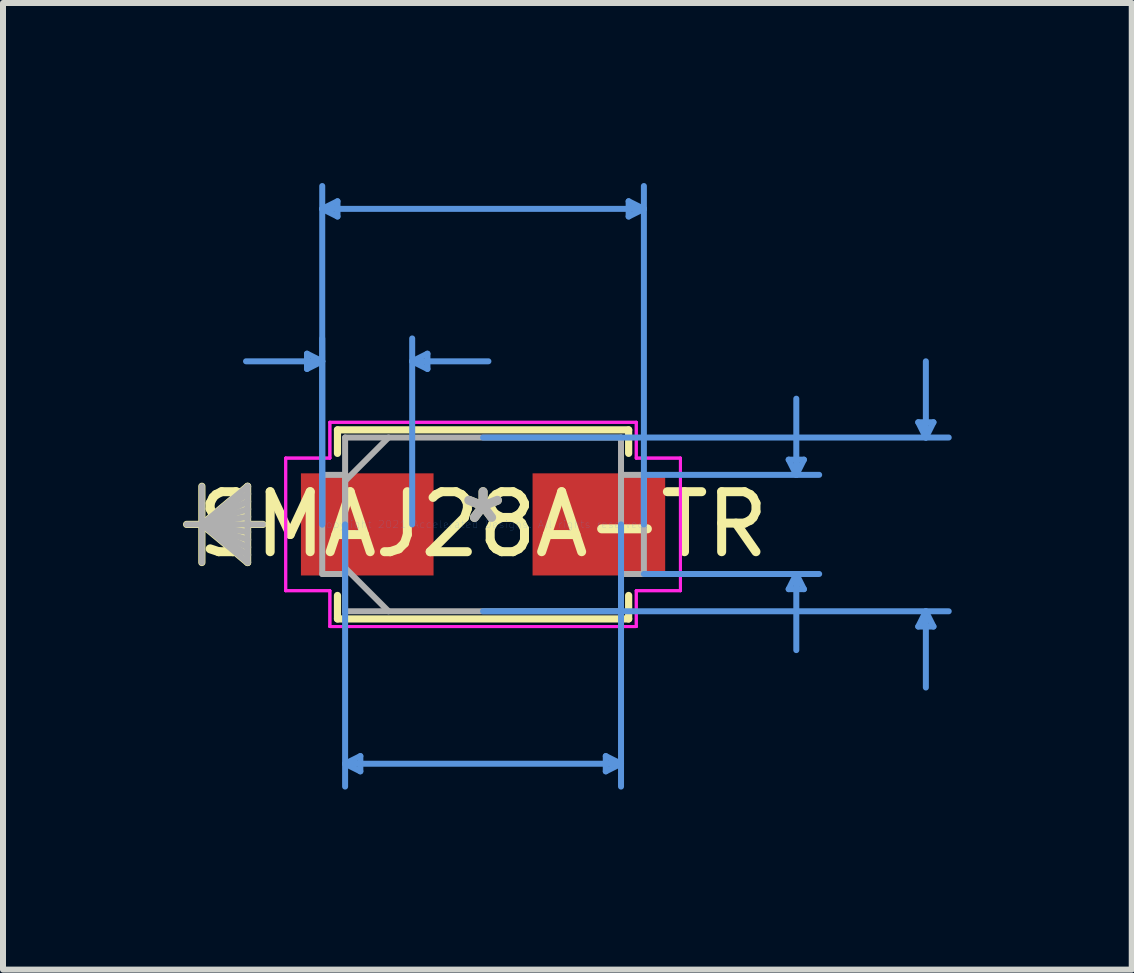
<source format=kicad_pcb>
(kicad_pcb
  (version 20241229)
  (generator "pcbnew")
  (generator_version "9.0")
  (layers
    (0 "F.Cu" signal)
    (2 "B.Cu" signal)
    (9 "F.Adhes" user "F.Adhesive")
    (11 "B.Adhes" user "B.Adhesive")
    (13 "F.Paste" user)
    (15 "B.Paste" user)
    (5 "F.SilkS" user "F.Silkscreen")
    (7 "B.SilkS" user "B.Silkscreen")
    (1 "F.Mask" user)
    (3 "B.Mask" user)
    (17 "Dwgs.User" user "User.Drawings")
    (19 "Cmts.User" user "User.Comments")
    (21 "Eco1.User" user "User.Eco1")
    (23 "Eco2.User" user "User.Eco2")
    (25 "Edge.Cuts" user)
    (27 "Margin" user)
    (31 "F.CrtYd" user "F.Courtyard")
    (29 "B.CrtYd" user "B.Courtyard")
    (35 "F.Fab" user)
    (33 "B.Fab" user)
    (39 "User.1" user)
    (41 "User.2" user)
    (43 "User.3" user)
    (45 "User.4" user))
  (footprint "SMAJ28A-TR"
    (layer "F.Cu")
    (at 5 5.689)
    (property "Reference" "SMAJ28A-TR" (at 0 0 0) (layer "F.SilkS") (effects (font (size 1 1) (thickness 0.15))))
    (attr through_hole)
    (fp_line (start -4.686 -0.635) (end -4.686 0.635) (stroke (width 0.12) (type solid)) (layer "F.SilkS"))
    (fp_line (start -4.686 0) (end -3.924 -0.635) (stroke (width 0.12) (type solid)) (layer "F.SilkS"))
    (fp_line (start -4.686 0) (end -3.924 -0.508) (stroke (width 0.12) (type solid)) (layer "F.SilkS"))
    (fp_line (start -4.686 0) (end -3.924 -0.381) (stroke (width 0.12) (type solid)) (layer "F.SilkS"))
    (fp_line (start -4.686 0) (end -3.924 -0.254) (stroke (width 0.12) (type solid)) (layer "F.SilkS"))
    (fp_line (start -4.686 0) (end -3.924 -0.127) (stroke (width 0.12) (type solid)) (layer "F.SilkS"))
    (fp_line (start -4.686 0) (end -3.924 0.127) (stroke (width 0.12) (type solid)) (layer "F.SilkS"))
    (fp_line (start -4.686 0) (end -3.924 0.254) (stroke (width 0.12) (type solid)) (layer "F.SilkS"))
    (fp_line (start -4.686 0) (end -3.924 0.381) (stroke (width 0.12) (type solid)) (layer "F.SilkS"))
    (fp_line (start -4.686 0) (end -3.924 0.508) (stroke (width 0.12) (type solid)) (layer "F.SilkS"))
    (fp_line (start -4.686 0) (end -3.924 0.635) (stroke (width 0.12) (type solid)) (layer "F.SilkS"))
    (fp_line (start -3.924 -0.635) (end -3.924 0.635) (stroke (width 0.12) (type solid)) (layer "F.SilkS"))
    (fp_line (start -3.67 0) (end -4.94 0) (stroke (width 0.12) (type solid)) (layer "F.SilkS"))
    (fp_line (start -2.426 -1.575) (end -2.426 -1.184) (stroke (width 0.12) (type solid)) (layer "F.SilkS"))
    (fp_line (start -2.426 1.184) (end -2.426 1.575) (stroke (width 0.12) (type solid)) (layer "F.SilkS"))
    (fp_line (start -2.426 1.575) (end 2.426 1.575) (stroke (width 0.12) (type solid)) (layer "F.SilkS"))
    (fp_line (start 2.426 -1.575) (end -2.426 -1.575) (stroke (width 0.12) (type solid)) (layer "F.SilkS"))
    (fp_line (start 2.426 -1.184) (end 2.426 -1.575) (stroke (width 0.12) (type solid)) (layer "F.SilkS"))
    (fp_line (start 2.426 1.575) (end 2.426 1.184) (stroke (width 0.12) (type solid)) (layer "F.SilkS"))
    (fp_line (start -2.934 -2.845) (end -2.934 -2.591) (stroke (width 0.1) (type solid)) (layer "Cmts.User"))
    (fp_line (start -2.68 -5.258) (end -2.426 -5.385) (stroke (width 0.1) (type solid)) (layer "Cmts.User"))
    (fp_line (start -2.68 -5.258) (end -2.426 -5.131) (stroke (width 0.1) (type solid)) (layer "Cmts.User"))
    (fp_line (start -2.68 -5.258) (end 2.68 -5.258) (stroke (width 0.1) (type solid)) (layer "Cmts.User"))
    (fp_line (start -2.68 -2.718) (end -3.95 -2.718) (stroke (width 0.1) (type solid)) (layer "Cmts.User"))
    (fp_line (start -2.68 -2.718) (end -2.934 -2.845) (stroke (width 0.1) (type solid)) (layer "Cmts.User"))
    (fp_line (start -2.68 -2.718) (end -2.934 -2.591) (stroke (width 0.1) (type solid)) (layer "Cmts.User"))
    (fp_line (start -2.68 0) (end -2.68 -5.639) (stroke (width 0.1) (type solid)) (layer "Cmts.User"))
    (fp_line (start -2.68 0) (end -2.68 -3.099) (stroke (width 0.1) (type solid)) (layer "Cmts.User"))
    (fp_line (start -2.426 -5.385) (end -2.426 -5.131) (stroke (width 0.1) (type solid)) (layer "Cmts.User"))
    (fp_line (start -2.299 0) (end -2.299 4.369) (stroke (width 0.1) (type solid)) (layer "Cmts.User"))
    (fp_line (start -2.299 3.988) (end -2.045 3.861) (stroke (width 0.1) (type solid)) (layer "Cmts.User"))
    (fp_line (start -2.299 3.988) (end -2.045 4.115) (stroke (width 0.1) (type solid)) (layer "Cmts.User"))
    (fp_line (start -2.299 3.988) (end 2.299 3.988) (stroke (width 0.1) (type solid)) (layer "Cmts.User"))
    (fp_line (start -2.045 3.861) (end -2.045 4.115) (stroke (width 0.1) (type solid)) (layer "Cmts.User"))
    (fp_line (start -1.181 -2.718) (end -0.927 -2.845) (stroke (width 0.1) (type solid)) (layer "Cmts.User"))
    (fp_line (start -1.181 -2.718) (end -0.927 -2.591) (stroke (width 0.1) (type solid)) (layer "Cmts.User"))
    (fp_line (start -1.181 -2.718) (end 0.089 -2.718) (stroke (width 0.1) (type solid)) (layer "Cmts.User"))
    (fp_line (start -1.181 0) (end -1.181 -3.099) (stroke (width 0.1) (type solid)) (layer "Cmts.User"))
    (fp_line (start -0.927 -2.845) (end -0.927 -2.591) (stroke (width 0.1) (type solid)) (layer "Cmts.User"))
    (fp_line (start 0 -1.448) (end 7.76 -1.448) (stroke (width 0.1) (type solid)) (layer "Cmts.User"))
    (fp_line (start 0 1.448) (end 7.76 1.448) (stroke (width 0.1) (type solid)) (layer "Cmts.User"))
    (fp_line (start 2.045 3.861) (end 2.045 4.115) (stroke (width 0.1) (type solid)) (layer "Cmts.User"))
    (fp_line (start 2.299 0) (end 2.299 4.369) (stroke (width 0.1) (type solid)) (layer "Cmts.User"))
    (fp_line (start 2.299 3.988) (end 2.045 3.861) (stroke (width 0.1) (type solid)) (layer "Cmts.User"))
    (fp_line (start 2.299 3.988) (end 2.045 4.115) (stroke (width 0.1) (type solid)) (layer "Cmts.User"))
    (fp_line (start 2.426 -5.385) (end 2.426 -5.131) (stroke (width 0.1) (type solid)) (layer "Cmts.User"))
    (fp_line (start 2.68 -5.258) (end 2.426 -5.385) (stroke (width 0.1) (type solid)) (layer "Cmts.User"))
    (fp_line (start 2.68 -5.258) (end 2.426 -5.131) (stroke (width 0.1) (type solid)) (layer "Cmts.User"))
    (fp_line (start 2.68 -0.826) (end 5.601 -0.826) (stroke (width 0.1) (type solid)) (layer "Cmts.User"))
    (fp_line (start 2.68 0) (end 2.68 -5.639) (stroke (width 0.1) (type solid)) (layer "Cmts.User"))
    (fp_line (start 2.68 0.826) (end 5.601 0.826) (stroke (width 0.1) (type solid)) (layer "Cmts.User"))
    (fp_line (start 5.093 -1.079) (end 5.347 -1.079) (stroke (width 0.1) (type solid)) (layer "Cmts.User"))
    (fp_line (start 5.093 1.079) (end 5.347 1.079) (stroke (width 0.1) (type solid)) (layer "Cmts.User"))
    (fp_line (start 5.22 -0.826) (end 5.093 -1.079) (stroke (width 0.1) (type solid)) (layer "Cmts.User"))
    (fp_line (start 5.22 -0.826) (end 5.22 -2.095) (stroke (width 0.1) (type solid)) (layer "Cmts.User"))
    (fp_line (start 5.22 -0.826) (end 5.347 -1.079) (stroke (width 0.1) (type solid)) (layer "Cmts.User"))
    (fp_line (start 5.22 0.826) (end 5.093 1.079) (stroke (width 0.1) (type solid)) (layer "Cmts.User"))
    (fp_line (start 5.22 0.826) (end 5.22 2.095) (stroke (width 0.1) (type solid)) (layer "Cmts.User"))
    (fp_line (start 5.22 0.826) (end 5.347 1.079) (stroke (width 0.1) (type solid)) (layer "Cmts.User"))
    (fp_line (start 7.252 -1.702) (end 7.506 -1.702) (stroke (width 0.1) (type solid)) (layer "Cmts.User"))
    (fp_line (start 7.252 1.702) (end 7.506 1.702) (stroke (width 0.1) (type solid)) (layer "Cmts.User"))
    (fp_line (start 7.379 -1.448) (end 7.252 -1.702) (stroke (width 0.1) (type solid)) (layer "Cmts.User"))
    (fp_line (start 7.379 -1.448) (end 7.379 -2.718) (stroke (width 0.1) (type solid)) (layer "Cmts.User"))
    (fp_line (start 7.379 -1.448) (end 7.506 -1.702) (stroke (width 0.1) (type solid)) (layer "Cmts.User"))
    (fp_line (start 7.379 1.448) (end 7.252 1.702) (stroke (width 0.1) (type solid)) (layer "Cmts.User"))
    (fp_line (start 7.379 1.448) (end 7.379 2.718) (stroke (width 0.1) (type solid)) (layer "Cmts.User"))
    (fp_line (start 7.379 1.448) (end 7.506 1.702) (stroke (width 0.1) (type solid)) (layer "Cmts.User"))
    (fp_line (start -3.289 -1.105) (end -2.553 -1.105) (stroke (width 0.05) (type solid)) (layer "F.CrtYd"))
    (fp_line (start -3.289 -1.105) (end -2.553 -1.105) (stroke (width 0.05) (type solid)) (layer "F.CrtYd"))
    (fp_line (start -3.289 1.105) (end -3.289 -1.105) (stroke (width 0.05) (type solid)) (layer "F.CrtYd"))
    (fp_line (start -3.289 1.105) (end -3.289 -1.105) (stroke (width 0.05) (type solid)) (layer "F.CrtYd"))
    (fp_line (start -2.553 -1.702) (end 2.553 -1.702) (stroke (width 0.05) (type solid)) (layer "F.CrtYd"))
    (fp_line (start -2.553 -1.702) (end 2.553 -1.702) (stroke (width 0.05) (type solid)) (layer "F.CrtYd"))
    (fp_line (start -2.553 -1.105) (end -2.553 -1.702) (stroke (width 0.05) (type solid)) (layer "F.CrtYd"))
    (fp_line (start -2.553 -1.105) (end -2.553 -1.702) (stroke (width 0.05) (type solid)) (layer "F.CrtYd"))
    (fp_line (start -2.553 1.105) (end -3.289 1.105) (stroke (width 0.05) (type solid)) (layer "F.CrtYd"))
    (fp_line (start -2.553 1.105) (end -3.289 1.105) (stroke (width 0.05) (type solid)) (layer "F.CrtYd"))
    (fp_line (start -2.553 1.702) (end -2.553 1.105) (stroke (width 0.05) (type solid)) (layer "F.CrtYd"))
    (fp_line (start -2.553 1.702) (end -2.553 1.105) (stroke (width 0.05) (type solid)) (layer "F.CrtYd"))
    (fp_line (start 2.553 -1.702) (end 2.553 -1.105) (stroke (width 0.05) (type solid)) (layer "F.CrtYd"))
    (fp_line (start 2.553 -1.702) (end 2.553 -1.105) (stroke (width 0.05) (type solid)) (layer "F.CrtYd"))
    (fp_line (start 2.553 -1.105) (end 3.289 -1.105) (stroke (width 0.05) (type solid)) (layer "F.CrtYd"))
    (fp_line (start 2.553 -1.105) (end 3.289 -1.105) (stroke (width 0.05) (type solid)) (layer "F.CrtYd"))
    (fp_line (start 2.553 1.105) (end 2.553 1.702) (stroke (width 0.05) (type solid)) (layer "F.CrtYd"))
    (fp_line (start 2.553 1.105) (end 2.553 1.702) (stroke (width 0.05) (type solid)) (layer "F.CrtYd"))
    (fp_line (start 2.553 1.702) (end -2.553 1.702) (stroke (width 0.05) (type solid)) (layer "F.CrtYd"))
    (fp_line (start 2.553 1.702) (end -2.553 1.702) (stroke (width 0.05) (type solid)) (layer "F.CrtYd"))
    (fp_line (start 3.289 -1.105) (end 3.289 1.105) (stroke (width 0.05) (type solid)) (layer "F.CrtYd"))
    (fp_line (start 3.289 -1.105) (end 3.289 1.105) (stroke (width 0.05) (type solid)) (layer "F.CrtYd"))
    (fp_line (start 3.289 1.105) (end 2.553 1.105) (stroke (width 0.05) (type solid)) (layer "F.CrtYd"))
    (fp_line (start 3.289 1.105) (end 2.553 1.105) (stroke (width 0.05) (type solid)) (layer "F.CrtYd"))
    (fp_line (start -4.686 -0.635) (end -4.686 0.635) (stroke (width 0.1) (type solid)) (layer "F.Fab"))
    (fp_line (start -4.686 0) (end -3.924 -0.635) (stroke (width 0.1) (type solid)) (layer "F.Fab"))
    (fp_line (start -4.686 0) (end -3.924 -0.508) (stroke (width 0.1) (type solid)) (layer "F.Fab"))
    (fp_line (start -4.686 0) (end -3.924 -0.381) (stroke (width 0.1) (type solid)) (layer "F.Fab"))
    (fp_line (start -4.686 0) (end -3.924 -0.254) (stroke (width 0.1) (type solid)) (layer "F.Fab"))
    (fp_line (start -4.686 0) (end -3.924 -0.127) (stroke (width 0.1) (type solid)) (layer "F.Fab"))
    (fp_line (start -4.686 0) (end -3.924 0.127) (stroke (width 0.1) (type solid)) (layer "F.Fab"))
    (fp_line (start -4.686 0) (end -3.924 0.254) (stroke (width 0.1) (type solid)) (layer "F.Fab"))
    (fp_line (start -4.686 0) (end -3.924 0.381) (stroke (width 0.1) (type solid)) (layer "F.Fab"))
    (fp_line (start -4.686 0) (end -3.924 0.508) (stroke (width 0.1) (type solid)) (layer "F.Fab"))
    (fp_line (start -4.686 0) (end -3.924 0.635) (stroke (width 0.1) (type solid)) (layer "F.Fab"))
    (fp_line (start -3.924 -0.635) (end -3.924 0.635) (stroke (width 0.1) (type solid)) (layer "F.Fab"))
    (fp_line (start -3.67 0) (end -4.94 0) (stroke (width 0.1) (type solid)) (layer "F.Fab"))
    (fp_line (start -2.68 -0.826) (end -2.68 0.826) (stroke (width 0.1) (type solid)) (layer "F.Fab"))
    (fp_line (start -2.68 0.826) (end -2.299 0.826) (stroke (width 0.1) (type solid)) (layer "F.Fab"))
    (fp_line (start -2.299 -1.448) (end -2.299 1.448) (stroke (width 0.1) (type solid)) (layer "F.Fab"))
    (fp_line (start -2.299 -0.826) (end -2.68 -0.826) (stroke (width 0.1) (type solid)) (layer "F.Fab"))
    (fp_line (start -2.299 -0.724) (end -1.575 -1.448) (stroke (width 0.1) (type solid)) (layer "F.Fab"))
    (fp_line (start -2.299 0.724) (end -1.575 1.448) (stroke (width 0.1) (type solid)) (layer "F.Fab"))
    (fp_line (start -2.299 0.826) (end -2.299 -0.826) (stroke (width 0.1) (type solid)) (layer "F.Fab"))
    (fp_line (start -2.299 1.448) (end 2.299 1.448) (stroke (width 0.1) (type solid)) (layer "F.Fab"))
    (fp_line (start 2.299 -1.448) (end -2.299 -1.448) (stroke (width 0.1) (type solid)) (layer "F.Fab"))
    (fp_line (start 2.299 -0.826) (end 2.299 0.826) (stroke (width 0.1) (type solid)) (layer "F.Fab"))
    (fp_line (start 2.299 0.826) (end 2.68 0.826) (stroke (width 0.1) (type solid)) (layer "F.Fab"))
    (fp_line (start 2.299 1.448) (end 2.299 -1.448) (stroke (width 0.1) (type solid)) (layer "F.Fab"))
    (fp_line (start 2.68 -0.826) (end 2.299 -0.826) (stroke (width 0.1) (type solid)) (layer "F.Fab"))
    (fp_line (start 2.68 0.826) (end 2.68 -0.826) (stroke (width 0.1) (type solid)) (layer "F.Fab"))
    (fp_text user "*" (at 0 0 0) (layer "F.SilkS") (effects (font (size 1 1) (thickness 0.15))))
    (fp_text user "Copyright 2021 Accelerated Designs. All rights reserved." (at 0 0 0) (layer "Cmts.User") (effects (font (size 0.127 0.127) (thickness 0.002))))
    (fp_text user "*" (at 0 0 0) (layer "F.Fab") (effects (font (size 1 1) (thickness 0.15))))
    (pad "1" smd rect (at -1.93 0) (size 2.21 1.702) (layers "F.Cu" "F.Mask" "F.Paste"))
    (pad "2" smd rect (at 1.93 0) (size 2.21 1.702) (layers "F.Cu" "F.Mask" "F.Paste")))
  (gr_rect
    (start -3 -3)
    (end 15.81 13.108)
    (stroke (width 0.1) (type default))
    (fill no)
    (layer "Edge.Cuts")))
</source>
